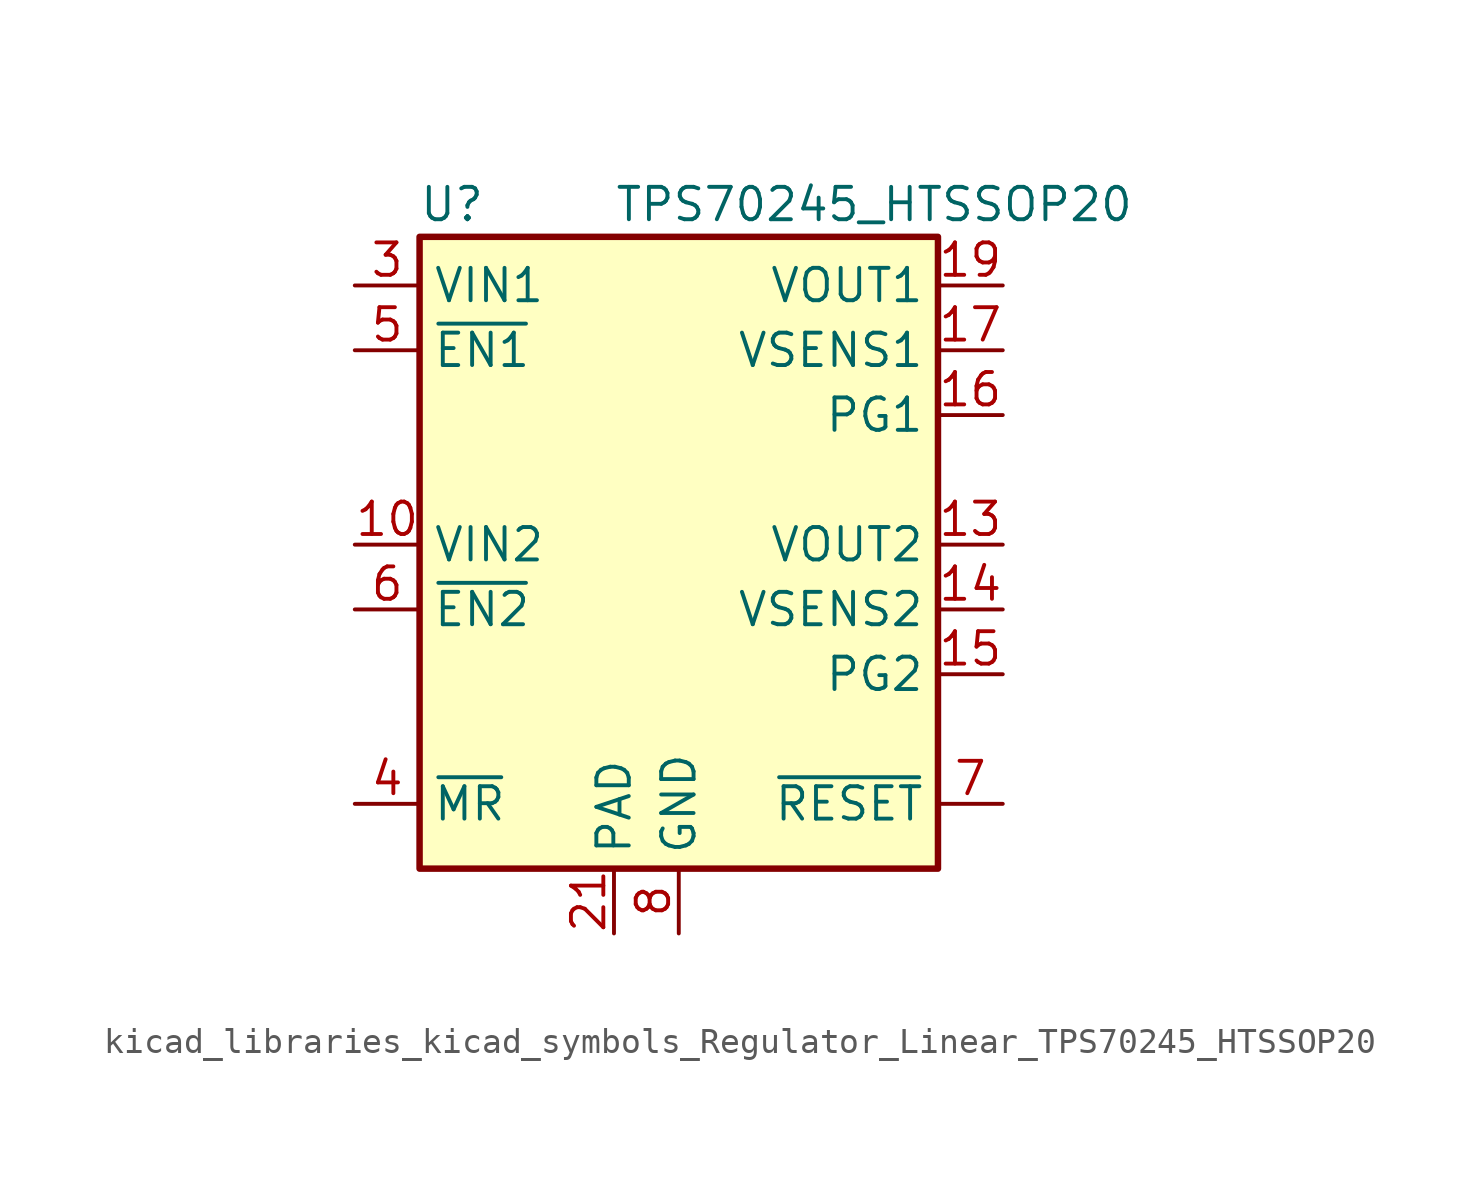
<source format=kicad_sym>
(kicad_symbol_lib
  (version 20220914)
  (generator kicad_symbol_editor)
  (symbol "kicad_libraries_kicad_symbols_Regulator_Linear_TPS70245_HTSSOP20"
    (property "Reference" "U"
      (at -8.89 13.335 0)
      (effects (font (size 1.27 1.27))))
    (property "Value" "TPS70245_HTSSOP20"
      (at -2.54 13.335 0)
      (effects (font (size 1.27 1.27)) (justify left)))
    (symbol "kicad_libraries_kicad_symbols_Regulator_Linear_TPS70245_HTSSOP20_0_1"
      (rectangle (start -10.16 12.065) (end 10.16 -12.7) (stroke (width 0.254) (type default)) (fill (type background))))
    (symbol "kicad_libraries_kicad_symbols_Regulator_Linear_TPS70245_HTSSOP20_1_1"
      (pin no_connect line (at -10.16 5.08 0) (length 2.54) hide (name "NC" (effects (font (size 1.27 1.27)))) (number "1" (effects (font (size 1.27 1.27)))))
      (pin power_in line (at -12.7 0 0) (length 2.54) (name "VIN2" (effects (font (size 1.27 1.27)))) (number "10" (effects (font (size 1.27 1.27)))))
      (pin no_connect line (at -10.16 -5.08 0) (length 2.54) hide (name "NC" (effects (font (size 1.27 1.27)))) (number "11" (effects (font (size 1.27 1.27)))))
      (pin passive line (at 12.7 0 180) (length 2.54) hide (name "VOUT2" (effects (font (size 1.27 1.27)))) (number "12" (effects (font (size 1.27 1.27)))))
      (pin power_out line (at 12.7 0 180) (length 2.54) (name "VOUT2" (effects (font (size 1.27 1.27)))) (number "13" (effects (font (size 1.27 1.27)))))
      (pin input line (at 12.7 -2.54 180) (length 2.54) (name "VSENS2" (effects (font (size 1.27 1.27)))) (number "14" (effects (font (size 1.27 1.27)))))
      (pin open_collector line (at 12.7 -5.08 180) (length 2.54) (name "PG2" (effects (font (size 1.27 1.27)))) (number "15" (effects (font (size 1.27 1.27)))))
      (pin open_collector line (at 12.7 5.08 180) (length 2.54) (name "PG1" (effects (font (size 1.27 1.27)))) (number "16" (effects (font (size 1.27 1.27)))))
      (pin input line (at 12.7 7.62 180) (length 2.54) (name "VSENS1" (effects (font (size 1.27 1.27)))) (number "17" (effects (font (size 1.27 1.27)))))
      (pin passive line (at 12.7 10.16 180) (length 2.54) hide (name "VOUT1" (effects (font (size 1.27 1.27)))) (number "18" (effects (font (size 1.27 1.27)))))
      (pin power_out line (at 12.7 10.16 180) (length 2.54) (name "VOUT1" (effects (font (size 1.27 1.27)))) (number "19" (effects (font (size 1.27 1.27)))))
      (pin passive line (at -12.7 10.16 0) (length 2.54) hide (name "VIN1" (effects (font (size 1.27 1.27)))) (number "2" (effects (font (size 1.27 1.27)))))
      (pin no_connect line (at 2.54 -12.7 90) (length 2.54) hide (name "NC" (effects (font (size 1.27 1.27)))) (number "20" (effects (font (size 1.27 1.27)))))
      (pin power_in line (at -2.54 -15.24 90) (length 2.54) (name "PAD" (effects (font (size 1.27 1.27)))) (number "21" (effects (font (size 1.27 1.27)))))
      (pin power_in line (at -12.7 10.16 0) (length 2.54) (name "VIN1" (effects (font (size 1.27 1.27)))) (number "3" (effects (font (size 1.27 1.27)))))
      (pin input line (at -12.7 -10.16 0) (length 2.54) (name "~{MR}" (effects (font (size 1.27 1.27)))) (number "4" (effects (font (size 1.27 1.27)))))
      (pin input line (at -12.7 7.62 0) (length 2.54) (name "~{EN1}" (effects (font (size 1.27 1.27)))) (number "5" (effects (font (size 1.27 1.27)))))
      (pin input line (at -12.7 -2.54 0) (length 2.54) (name "~{EN2}" (effects (font (size 1.27 1.27)))) (number "6" (effects (font (size 1.27 1.27)))))
      (pin open_collector line (at 12.7 -10.16 180) (length 2.54) (name "~{RESET}" (effects (font (size 1.27 1.27)))) (number "7" (effects (font (size 1.27 1.27)))))
      (pin power_in line (at 0 -15.24 90) (length 2.54) (name "GND" (effects (font (size 1.27 1.27)))) (number "8" (effects (font (size 1.27 1.27)))))
      (pin passive line (at -12.7 0 0) (length 2.54) hide (name "VIN2" (effects (font (size 1.27 1.27)))) (number "9" (effects (font (size 1.27 1.27))))))))
</source>
